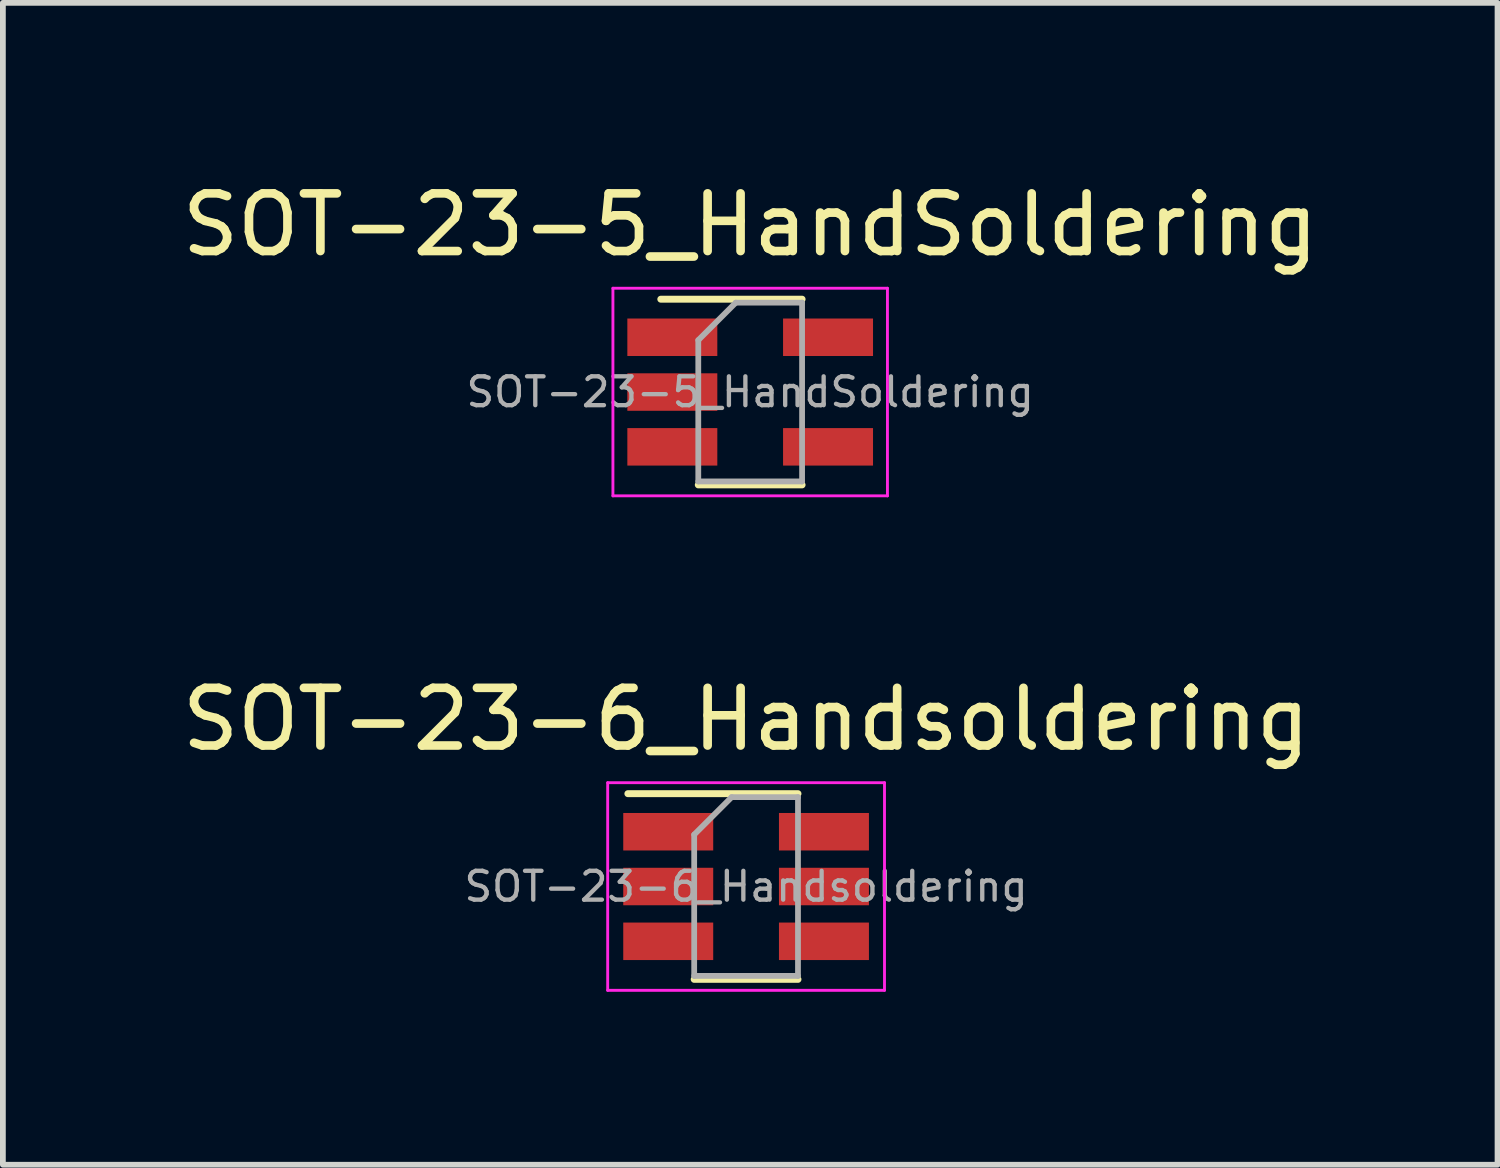
<source format=kicad_pcb>
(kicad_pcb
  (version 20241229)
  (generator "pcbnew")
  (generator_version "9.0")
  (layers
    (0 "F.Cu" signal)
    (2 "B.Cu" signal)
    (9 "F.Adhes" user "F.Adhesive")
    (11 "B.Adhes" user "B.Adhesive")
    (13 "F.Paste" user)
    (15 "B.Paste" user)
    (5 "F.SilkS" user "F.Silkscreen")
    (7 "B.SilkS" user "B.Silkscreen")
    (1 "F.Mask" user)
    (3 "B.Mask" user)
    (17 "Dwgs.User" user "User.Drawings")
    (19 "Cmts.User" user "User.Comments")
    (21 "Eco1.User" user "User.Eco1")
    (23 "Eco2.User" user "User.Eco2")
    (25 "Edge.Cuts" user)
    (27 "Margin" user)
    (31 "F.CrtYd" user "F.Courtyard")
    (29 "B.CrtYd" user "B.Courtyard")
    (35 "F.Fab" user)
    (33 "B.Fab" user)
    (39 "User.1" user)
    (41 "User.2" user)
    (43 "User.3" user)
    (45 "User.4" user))
  (footprint "SOT-23-6_Handsoldering"
    (layer "F.Cu")
    (at 9.887 12.322)
    (property "Reference" "SOT-23-6_Handsoldering" (at 0 -2.9 0) (layer "F.SilkS") (effects (font (size 1 1) (thickness 0.15))))
    (attr smd)
    (fp_line (start -0.9 1.61) (end 0.9 1.61) (stroke (width 0.12) (type solid)) (layer "F.SilkS"))
    (fp_line (start 0.9 -1.61) (end -2.05 -1.61) (stroke (width 0.12) (type solid)) (layer "F.SilkS"))
    (fp_line (start -2.4 -1.8) (end 2.4 -1.8) (stroke (width 0.05) (type solid)) (layer "F.CrtYd"))
    (fp_line (start -2.4 1.8) (end -2.4 -1.8) (stroke (width 0.05) (type solid)) (layer "F.CrtYd"))
    (fp_line (start 2.4 -1.8) (end 2.4 1.8) (stroke (width 0.05) (type solid)) (layer "F.CrtYd"))
    (fp_line (start 2.4 1.8) (end -2.4 1.8) (stroke (width 0.05) (type solid)) (layer "F.CrtYd"))
    (fp_line (start -0.9 -0.9) (end -0.9 1.55) (stroke (width 0.1) (type solid)) (layer "F.Fab"))
    (fp_line (start -0.9 -0.9) (end -0.25 -1.55) (stroke (width 0.1) (type solid)) (layer "F.Fab"))
    (fp_line (start 0.9 -1.55) (end -0.25 -1.55) (stroke (width 0.1) (type solid)) (layer "F.Fab"))
    (fp_line (start 0.9 -1.55) (end 0.9 1.55) (stroke (width 0.1) (type solid)) (layer "F.Fab"))
    (fp_line (start 0.9 1.55) (end -0.9 1.55) (stroke (width 0.1) (type solid)) (layer "F.Fab"))
    (fp_text user "${REFERENCE}" (at 0 0 0) (layer "F.Fab") (effects (font (size 0.5 0.5) (thickness 0.075))))
    (pad "1" smd rect (at -1.35 -0.95) (size 1.56 0.65) (layers "F.Cu" "F.Mask" "F.Paste"))
    (pad "2" smd rect (at -1.35 0) (size 1.56 0.65) (layers "F.Cu" "F.Mask" "F.Paste"))
    (pad "3" smd rect (at -1.35 0.95) (size 1.56 0.65) (layers "F.Cu" "F.Mask" "F.Paste"))
    (pad "4" smd rect (at 1.35 0.95) (size 1.56 0.65) (layers "F.Cu" "F.Mask" "F.Paste"))
    (pad "5" smd rect (at 1.35 0) (size 1.56 0.65) (layers "F.Cu" "F.Mask" "F.Paste"))
    (pad "6" smd rect (at 1.35 -0.95) (size 1.56 0.65) (layers "F.Cu" "F.Mask" "F.Paste")))
  (footprint "SOT-23-5_HandSoldering"
    (layer "F.Cu")
    (at 9.958 3.748)
    (property "Reference" "SOT-23-5_HandSoldering" (at 0 -2.9 0) (layer "F.SilkS") (effects (font (size 1 1) (thickness 0.15))))
    (attr smd)
    (fp_line (start -0.9 1.61) (end 0.9 1.61) (stroke (width 0.12) (type solid)) (layer "F.SilkS"))
    (fp_line (start 0.9 -1.61) (end -1.55 -1.61) (stroke (width 0.12) (type solid)) (layer "F.SilkS"))
    (fp_line (start -2.38 -1.8) (end -2.38 1.8) (stroke (width 0.05) (type solid)) (layer "F.CrtYd"))
    (fp_line (start -2.38 -1.8) (end 2.38 -1.8) (stroke (width 0.05) (type solid)) (layer "F.CrtYd"))
    (fp_line (start 2.38 1.8) (end -2.38 1.8) (stroke (width 0.05) (type solid)) (layer "F.CrtYd"))
    (fp_line (start 2.38 1.8) (end 2.38 -1.8) (stroke (width 0.05) (type solid)) (layer "F.CrtYd"))
    (fp_line (start -0.9 -0.9) (end -0.9 1.55) (stroke (width 0.1) (type solid)) (layer "F.Fab"))
    (fp_line (start -0.9 -0.9) (end -0.25 -1.55) (stroke (width 0.1) (type solid)) (layer "F.Fab"))
    (fp_line (start 0.9 -1.55) (end -0.25 -1.55) (stroke (width 0.1) (type solid)) (layer "F.Fab"))
    (fp_line (start 0.9 -1.55) (end 0.9 1.55) (stroke (width 0.1) (type solid)) (layer "F.Fab"))
    (fp_line (start 0.9 1.55) (end -0.9 1.55) (stroke (width 0.1) (type solid)) (layer "F.Fab"))
    (fp_text user "${REFERENCE}" (at 0 0 0) (layer "F.Fab") (effects (font (size 0.5 0.5) (thickness 0.075))))
    (pad "1" smd rect (at -1.35 -0.95) (size 1.56 0.65) (layers "F.Cu" "F.Mask" "F.Paste"))
    (pad "2" smd rect (at -1.35 0) (size 1.56 0.65) (layers "F.Cu" "F.Mask" "F.Paste"))
    (pad "3" smd rect (at -1.35 0.95) (size 1.56 0.65) (layers "F.Cu" "F.Mask" "F.Paste"))
    (pad "4" smd rect (at 1.35 0.95) (size 1.56 0.65) (layers "F.Cu" "F.Mask" "F.Paste"))
    (pad "5" smd rect (at 1.35 -0.95) (size 1.56 0.65) (layers "F.Cu" "F.Mask" "F.Paste")))
  (gr_rect
    (start -3 -3)
    (end 22.917 17.146)
    (stroke (width 0.1) (type default))
    (fill no)
    (layer "Edge.Cuts")))
</source>
